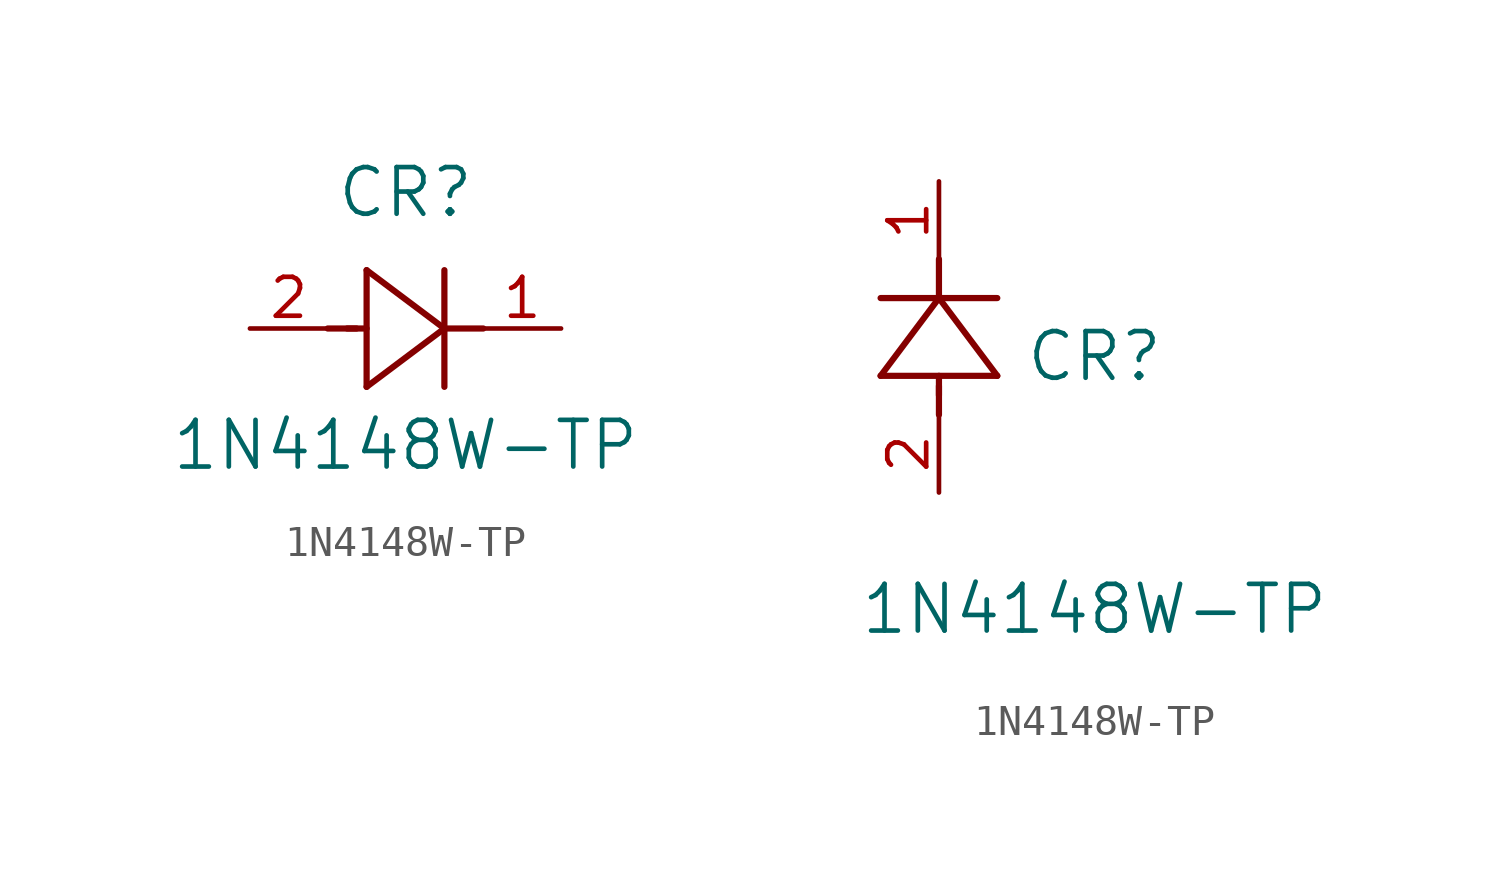
<source format=kicad_sym>
(kicad_symbol_lib
  (version 20231120)
  (generator "kicad_symbol_editor")
  (generator_version "8.0")
  (symbol "1N4148W-TP"
    (pin_names
      (offset 0.254))
    (property "Reference" "CR"
      (at 5.08 4.445 0)
      (effects (font (size 1.524 1.524))))
    (property "Value" "1N4148W-TP"
      (at 5.08 -3.81 0)
      (effects (font (size 1.524 1.524))))
    (property "ki_locked" ""
      (at 0 0 0)
      (effects (font (size 1.27 1.27))))
    (symbol "1N4148W-TP_1_1"
      (polyline (pts (xy 2.54 0) (xy 3.48 0)) (stroke (width 0.203) (type default)) (fill (type none)))
      (polyline (pts (xy 3.175 0) (xy 3.81 0)) (stroke (width 0.203) (type default)) (fill (type none)))
      (polyline (pts (xy 3.81 -1.905) (xy 6.35 0)) (stroke (width 0.203) (type default)) (fill (type none)))
      (polyline (pts (xy 3.81 1.905) (xy 3.81 -1.905)) (stroke (width 0.203) (type default)) (fill (type none)))
      (polyline (pts (xy 6.35 -1.905) (xy 6.35 1.905)) (stroke (width 0.203) (type default)) (fill (type none)))
      (polyline (pts (xy 6.35 0) (xy 3.81 1.905)) (stroke (width 0.203) (type default)) (fill (type none)))
      (polyline (pts (xy 6.35 0) (xy 7.62 0)) (stroke (width 0.203) (type default)) (fill (type none)))
      (pin unspecified line (at 10.16 0 180) (length 2.54) (name "" (effects (font (size 1.27 1.27)))) (number "1" (effects (font (size 1.27 1.27)))))
      (pin unspecified line (at 0 0 0) (length 2.54) (name "" (effects (font (size 1.27 1.27)))) (number "2" (effects (font (size 1.27 1.27))))))
    (symbol "1N4148W-TP_1_2"
      (polyline (pts (xy -1.905 3.81) (xy 1.905 3.81)) (stroke (width 0.203) (type default)) (fill (type none)))
      (polyline (pts (xy 0 2.54) (xy 0 3.48)) (stroke (width 0.203) (type default)) (fill (type none)))
      (polyline (pts (xy 0 3.175) (xy 0 3.81)) (stroke (width 0.203) (type default)) (fill (type none)))
      (polyline (pts (xy 0 6.35) (xy -1.905 3.81)) (stroke (width 0.203) (type default)) (fill (type none)))
      (polyline (pts (xy 0 6.35) (xy 0 7.62)) (stroke (width 0.203) (type default)) (fill (type none)))
      (polyline (pts (xy 1.905 3.81) (xy 0 6.35)) (stroke (width 0.203) (type default)) (fill (type none)))
      (polyline (pts (xy 1.905 6.35) (xy -1.905 6.35)) (stroke (width 0.203) (type default)) (fill (type none)))
      (pin unspecified line (at 0 10.16 270) (length 2.54) (name "" (effects (font (size 1.27 1.27)))) (number "1" (effects (font (size 1.27 1.27)))))
      (pin unspecified line (at 0 0 90) (length 2.54) (name "" (effects (font (size 1.27 1.27)))) (number "2" (effects (font (size 1.27 1.27))))))))
</source>
